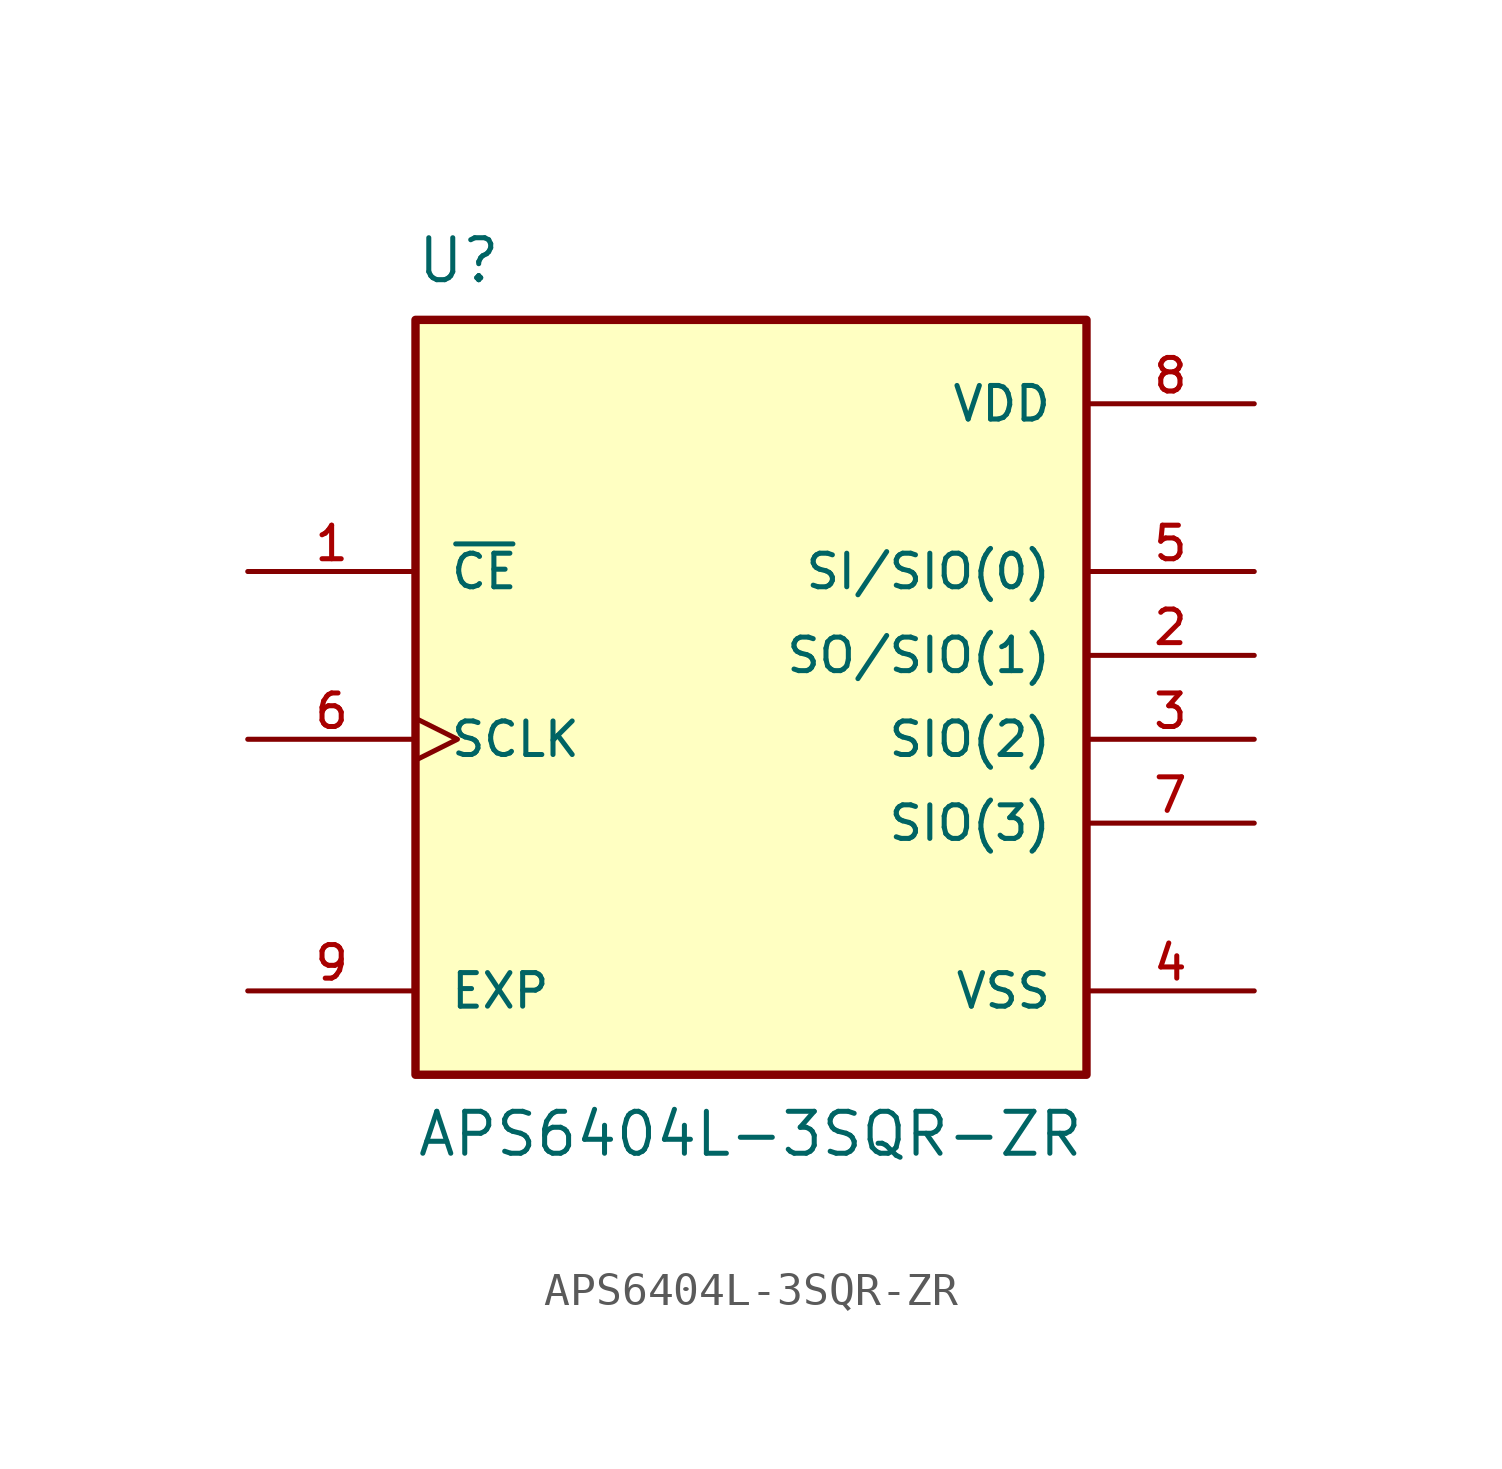
<source format=kicad_sym>
(kicad_symbol_lib
  (version 20211014)
  (generator kicad_symbol_editor)
  (symbol "APS6404L-3SQR-ZR"
    (pin_names
      (offset 1.016))
    (property "Reference" "U"
      (at -10.16 12.7 0)
      (effects (font (size 1.27 1.27)) (justify top left)))
    (property "Value" "APS6404L-3SQR-ZR"
      (at -10.16 -15.24 0)
      (effects (font (size 1.27 1.27)) (justify bottom left)))
    (symbol "APS6404L-3SQR-ZR_0_0"
      (rectangle (start -10.16 -12.7) (end 10.16 10.16) (stroke (width 0.254)) (fill (type background)))
      (pin input line (at -15.24 2.54 0) (length 5.08) (name "~{CE}" (effects (font (size 1.016 1.016)))) (number "1" (effects (font (size 1.016 1.016)))))
      (pin bidirectional line (at 15.24 0.0 180.0) (length 5.08) (name "SO/SIO(1)" (effects (font (size 1.016 1.016)))) (number "2" (effects (font (size 1.016 1.016)))))
      (pin bidirectional line (at 15.24 -2.54 180.0) (length 5.08) (name "SIO(2)" (effects (font (size 1.016 1.016)))) (number "3" (effects (font (size 1.016 1.016)))))
      (pin power_in line (at 15.24 -10.16 180.0) (length 5.08) (name "VSS" (effects (font (size 1.016 1.016)))) (number "4" (effects (font (size 1.016 1.016)))))
      (pin bidirectional line (at 15.24 2.54 180.0) (length 5.08) (name "SI/SIO(0)" (effects (font (size 1.016 1.016)))) (number "5" (effects (font (size 1.016 1.016)))))
      (pin input clock (at -15.24 -2.54 0) (length 5.08) (name "SCLK" (effects (font (size 1.016 1.016)))) (number "6" (effects (font (size 1.016 1.016)))))
      (pin bidirectional line (at 15.24 -5.08 180.0) (length 5.08) (name "SIO(3)" (effects (font (size 1.016 1.016)))) (number "7" (effects (font (size 1.016 1.016)))))
      (pin power_in line (at 15.24 7.62 180.0) (length 5.08) (name "VDD" (effects (font (size 1.016 1.016)))) (number "8" (effects (font (size 1.016 1.016)))))
      (pin passive line (at -15.24 -10.16 0) (length 5.08) (name "EXP" (effects (font (size 1.016 1.016)))) (number "9" (effects (font (size 1.016 1.016))))))))
</source>
